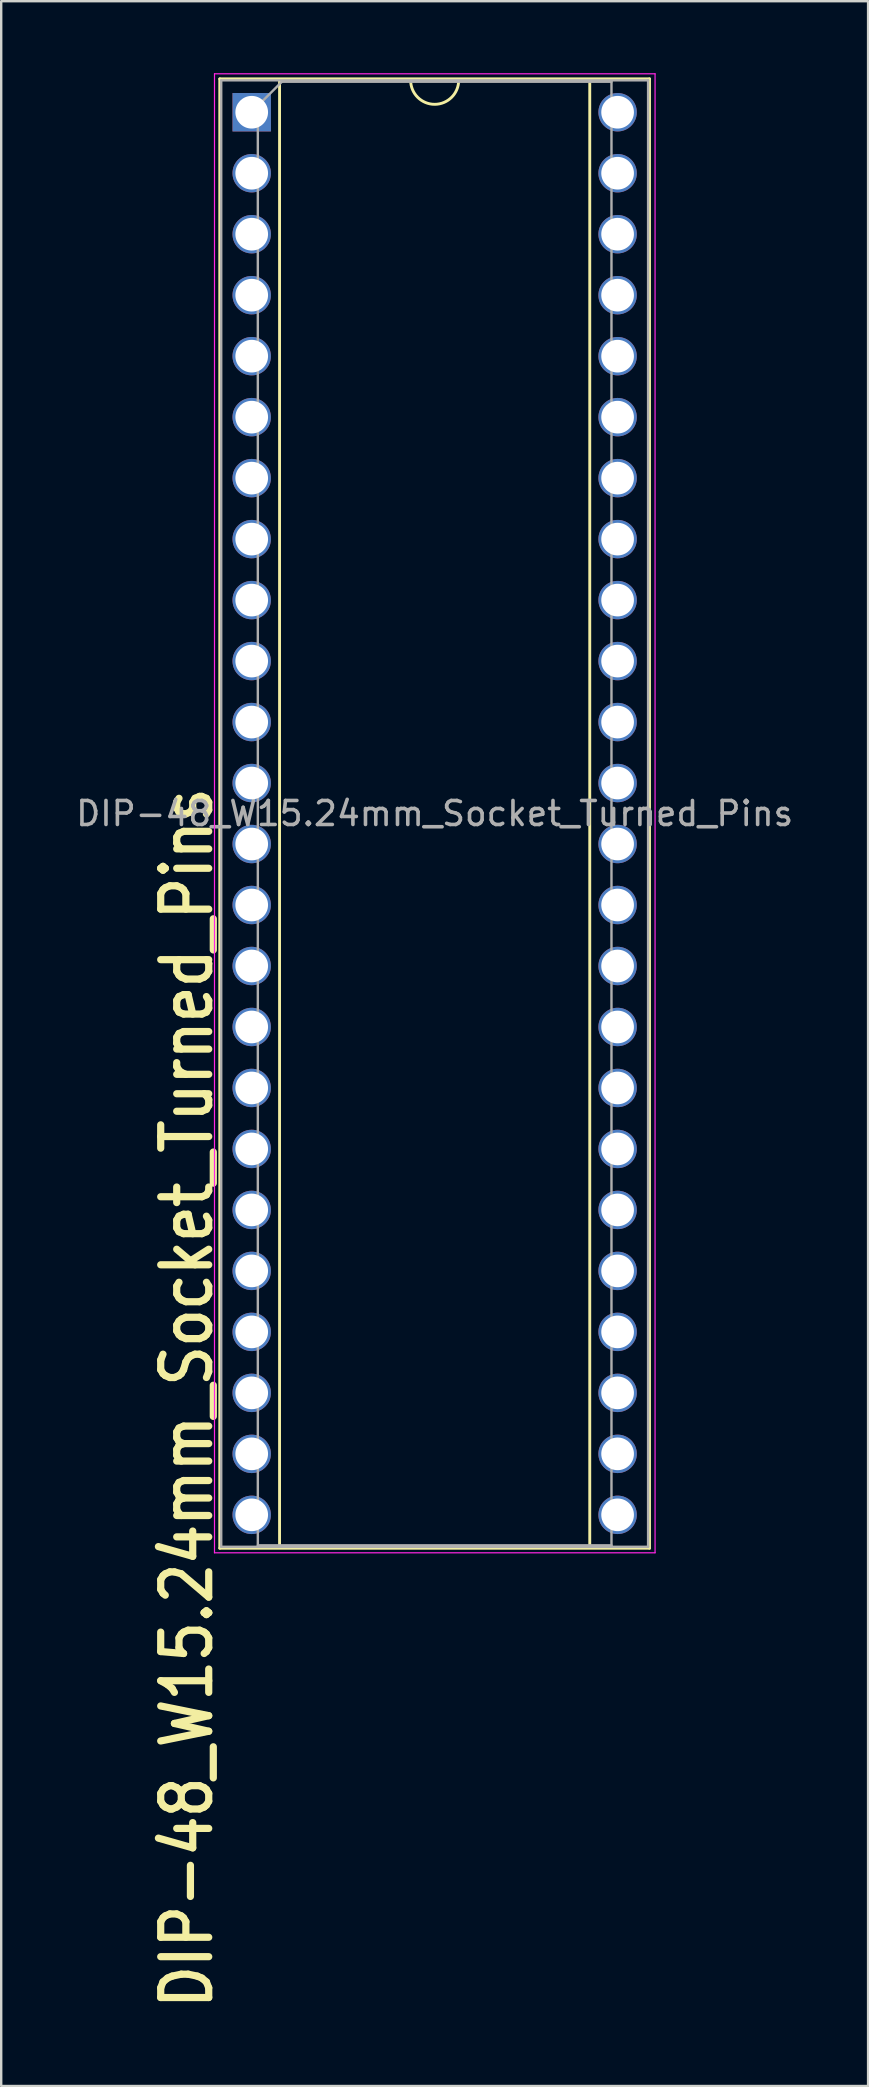
<source format=kicad_pcb>
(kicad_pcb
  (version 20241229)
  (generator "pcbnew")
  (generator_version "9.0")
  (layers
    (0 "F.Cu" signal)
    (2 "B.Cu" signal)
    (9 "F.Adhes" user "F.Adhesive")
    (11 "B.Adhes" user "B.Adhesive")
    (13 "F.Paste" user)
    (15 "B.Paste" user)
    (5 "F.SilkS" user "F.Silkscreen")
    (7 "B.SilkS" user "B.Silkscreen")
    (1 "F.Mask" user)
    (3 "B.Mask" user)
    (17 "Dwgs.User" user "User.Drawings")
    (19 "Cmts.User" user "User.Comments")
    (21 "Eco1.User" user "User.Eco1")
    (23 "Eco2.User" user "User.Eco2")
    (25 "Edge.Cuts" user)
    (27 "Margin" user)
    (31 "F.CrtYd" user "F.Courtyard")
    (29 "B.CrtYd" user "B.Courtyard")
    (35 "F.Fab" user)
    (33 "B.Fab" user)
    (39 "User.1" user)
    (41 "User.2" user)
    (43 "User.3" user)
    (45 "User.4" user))
  (footprint "DIP-48_W15.24mm_Socket_Turned_Pins"
    (layer "F.Cu")
    (at 7.434 1.625)
    (property "Reference" "DIP-48_W15.24mm_Socket_Turned_Pins" (at -2.7 53.55 270) (layer "F.SilkS") (effects (font (size 2 1.7) (thickness 0.3))))
    (attr through_hole)
    (fp_line (start -1.33 -1.39) (end -1.33 59.81) (stroke (width 0.12) (type solid)) (layer "F.SilkS"))
    (fp_line (start -1.33 59.81) (end 16.57 59.81) (stroke (width 0.12) (type solid)) (layer "F.SilkS"))
    (fp_line (start 1.16 -1.33) (end 1.16 59.75) (stroke (width 0.12) (type solid)) (layer "F.SilkS"))
    (fp_line (start 1.16 59.75) (end 14.08 59.75) (stroke (width 0.12) (type solid)) (layer "F.SilkS"))
    (fp_line (start 6.62 -1.33) (end 1.16 -1.33) (stroke (width 0.12) (type solid)) (layer "F.SilkS"))
    (fp_line (start 14.08 -1.33) (end 8.62 -1.33) (stroke (width 0.12) (type solid)) (layer "F.SilkS"))
    (fp_line (start 14.08 59.75) (end 14.08 -1.33) (stroke (width 0.12) (type solid)) (layer "F.SilkS"))
    (fp_line (start 16.57 -1.39) (end -1.33 -1.39) (stroke (width 0.12) (type solid)) (layer "F.SilkS"))
    (fp_line (start 16.57 59.81) (end 16.57 -1.39) (stroke (width 0.12) (type solid)) (layer "F.SilkS"))
    (fp_arc (start 8.62 -1.33) (mid 7.62 -0.33) (end 6.62 -1.33) (stroke (width 0.12) (type solid)) (layer "F.SilkS"))
    (fp_line (start -1.55 -1.6) (end -1.55 60) (stroke (width 0.05) (type solid)) (layer "F.CrtYd"))
    (fp_line (start -1.55 60) (end 16.8 60) (stroke (width 0.05) (type solid)) (layer "F.CrtYd"))
    (fp_line (start 16.8 -1.6) (end -1.55 -1.6) (stroke (width 0.05) (type solid)) (layer "F.CrtYd"))
    (fp_line (start 16.8 60) (end 16.8 -1.6) (stroke (width 0.05) (type solid)) (layer "F.CrtYd"))
    (fp_line (start -1.27 -1.33) (end -1.27 59.75) (stroke (width 0.1) (type solid)) (layer "F.Fab"))
    (fp_line (start -1.27 59.75) (end 16.51 59.75) (stroke (width 0.1) (type solid)) (layer "F.Fab"))
    (fp_line (start 0.255 -0.27) (end 1.255 -1.27) (stroke (width 0.1) (type solid)) (layer "F.Fab"))
    (fp_line (start 0.255 59.69) (end 0.255 -0.27) (stroke (width 0.1) (type solid)) (layer "F.Fab"))
    (fp_line (start 1.255 -1.27) (end 14.985 -1.27) (stroke (width 0.1) (type solid)) (layer "F.Fab"))
    (fp_line (start 14.985 -1.27) (end 14.985 59.69) (stroke (width 0.1) (type solid)) (layer "F.Fab"))
    (fp_line (start 14.985 59.69) (end 0.255 59.69) (stroke (width 0.1) (type solid)) (layer "F.Fab"))
    (fp_line (start 16.51 -1.33) (end -1.27 -1.33) (stroke (width 0.1) (type solid)) (layer "F.Fab"))
    (fp_line (start 16.51 59.75) (end 16.51 -1.33) (stroke (width 0.1) (type solid)) (layer "F.Fab"))
    (fp_text user "${REFERENCE}" (at 7.62 29.21 180) (layer "F.Fab") (effects (font (size 1 1) (thickness 0.15))))
    (pad "1" thru_hole rect (at 0 0) (size 1.6 1.6) (drill 1.36) (layers "*.Cu" "*.Mask"))
    (pad "2" thru_hole oval (at 0 2.54) (size 1.6 1.6) (drill 1.36) (layers "*.Cu" "*.Mask"))
    (pad "3" thru_hole oval (at 0 5.08) (size 1.6 1.6) (drill 1.36) (layers "*.Cu" "*.Mask"))
    (pad "4" thru_hole oval (at 0 7.62) (size 1.6 1.6) (drill 1.36) (layers "*.Cu" "*.Mask"))
    (pad "5" thru_hole oval (at 0 10.16) (size 1.6 1.6) (drill 1.36) (layers "*.Cu" "*.Mask"))
    (pad "6" thru_hole oval (at 0 12.7) (size 1.6 1.6) (drill 1.36) (layers "*.Cu" "*.Mask"))
    (pad "7" thru_hole oval (at 0 15.24) (size 1.6 1.6) (drill 1.36) (layers "*.Cu" "*.Mask"))
    (pad "8" thru_hole oval (at 0 17.78) (size 1.6 1.6) (drill 1.36) (layers "*.Cu" "*.Mask"))
    (pad "9" thru_hole oval (at 0 20.32) (size 1.6 1.6) (drill 1.36) (layers "*.Cu" "*.Mask"))
    (pad "10" thru_hole oval (at 0 22.86) (size 1.6 1.6) (drill 1.36) (layers "*.Cu" "*.Mask"))
    (pad "11" thru_hole oval (at 0 25.4) (size 1.6 1.6) (drill 1.36) (layers "*.Cu" "*.Mask"))
    (pad "12" thru_hole oval (at 0 27.94) (size 1.6 1.6) (drill 1.36) (layers "*.Cu" "*.Mask"))
    (pad "13" thru_hole oval (at 0 30.48) (size 1.6 1.6) (drill 1.36) (layers "*.Cu" "*.Mask"))
    (pad "14" thru_hole oval (at 0 33.02) (size 1.6 1.6) (drill 1.36) (layers "*.Cu" "*.Mask"))
    (pad "15" thru_hole oval (at 0 35.56) (size 1.6 1.6) (drill 1.36) (layers "*.Cu" "*.Mask"))
    (pad "16" thru_hole oval (at 0 38.1) (size 1.6 1.6) (drill 1.36) (layers "*.Cu" "*.Mask"))
    (pad "17" thru_hole oval (at 0 40.64) (size 1.6 1.6) (drill 1.36) (layers "*.Cu" "*.Mask"))
    (pad "18" thru_hole oval (at 0 43.18) (size 1.6 1.6) (drill 1.36) (layers "*.Cu" "*.Mask"))
    (pad "19" thru_hole oval (at 0 45.72) (size 1.6 1.6) (drill 1.36) (layers "*.Cu" "*.Mask"))
    (pad "20" thru_hole oval (at 0 48.26) (size 1.6 1.6) (drill 1.36) (layers "*.Cu" "*.Mask"))
    (pad "21" thru_hole oval (at 0 50.8) (size 1.6 1.6) (drill 1.36) (layers "*.Cu" "*.Mask"))
    (pad "22" thru_hole oval (at 0 53.34) (size 1.6 1.6) (drill 1.36) (layers "*.Cu" "*.Mask"))
    (pad "23" thru_hole oval (at 0 55.88) (size 1.6 1.6) (drill 1.36) (layers "*.Cu" "*.Mask"))
    (pad "24" thru_hole oval (at 0 58.42) (size 1.6 1.6) (drill 1.36) (layers "*.Cu" "*.Mask"))
    (pad "25" thru_hole oval (at 15.24 58.42) (size 1.6 1.6) (drill 1.36) (layers "*.Cu" "*.Mask"))
    (pad "26" thru_hole oval (at 15.24 55.88) (size 1.6 1.6) (drill 1.36) (layers "*.Cu" "*.Mask"))
    (pad "27" thru_hole oval (at 15.24 53.34) (size 1.6 1.6) (drill 1.36) (layers "*.Cu" "*.Mask"))
    (pad "28" thru_hole oval (at 15.24 50.8) (size 1.6 1.6) (drill 1.36) (layers "*.Cu" "*.Mask"))
    (pad "29" thru_hole oval (at 15.24 48.26) (size 1.6 1.6) (drill 1.36) (layers "*.Cu" "*.Mask"))
    (pad "30" thru_hole oval (at 15.24 45.72) (size 1.6 1.6) (drill 1.36) (layers "*.Cu" "*.Mask"))
    (pad "31" thru_hole oval (at 15.24 43.18) (size 1.6 1.6) (drill 1.36) (layers "*.Cu" "*.Mask"))
    (pad "32" thru_hole oval (at 15.24 40.64) (size 1.6 1.6) (drill 1.36) (layers "*.Cu" "*.Mask"))
    (pad "33" thru_hole oval (at 15.24 38.1) (size 1.6 1.6) (drill 1.36) (layers "*.Cu" "*.Mask"))
    (pad "34" thru_hole oval (at 15.24 35.56) (size 1.6 1.6) (drill 1.36) (layers "*.Cu" "*.Mask"))
    (pad "35" thru_hole oval (at 15.24 33.02) (size 1.6 1.6) (drill 1.36) (layers "*.Cu" "*.Mask"))
    (pad "36" thru_hole oval (at 15.24 30.48) (size 1.6 1.6) (drill 1.36) (layers "*.Cu" "*.Mask"))
    (pad "37" thru_hole oval (at 15.24 27.94) (size 1.6 1.6) (drill 1.36) (layers "*.Cu" "*.Mask"))
    (pad "38" thru_hole oval (at 15.24 25.4) (size 1.6 1.6) (drill 1.36) (layers "*.Cu" "*.Mask"))
    (pad "39" thru_hole oval (at 15.24 22.86) (size 1.6 1.6) (drill 1.36) (layers "*.Cu" "*.Mask"))
    (pad "40" thru_hole oval (at 15.24 20.32) (size 1.6 1.6) (drill 1.36) (layers "*.Cu" "*.Mask"))
    (pad "41" thru_hole oval (at 15.24 17.78) (size 1.6 1.6) (drill 1.36) (layers "*.Cu" "*.Mask"))
    (pad "42" thru_hole oval (at 15.24 15.24) (size 1.6 1.6) (drill 1.36) (layers "*.Cu" "*.Mask"))
    (pad "43" thru_hole oval (at 15.24 12.7) (size 1.6 1.6) (drill 1.36) (layers "*.Cu" "*.Mask"))
    (pad "44" thru_hole oval (at 15.24 10.16) (size 1.6 1.6) (drill 1.36) (layers "*.Cu" "*.Mask"))
    (pad "45" thru_hole oval (at 15.24 7.62) (size 1.6 1.6) (drill 1.36) (layers "*.Cu" "*.Mask"))
    (pad "46" thru_hole oval (at 15.24 5.08) (size 1.6 1.6) (drill 1.36) (layers "*.Cu" "*.Mask"))
    (pad "47" thru_hole oval (at 15.24 2.54) (size 1.6 1.6) (drill 1.36) (layers "*.Cu" "*.Mask"))
    (pad "48" thru_hole oval (at 15.24 0) (size 1.6 1.6) (drill 1.36) (layers "*.Cu" "*.Mask")))
  (gr_rect
    (start -3 -3)
    (end 33.107 83.834)
    (stroke (width 0.1) (type default))
    (fill no)
    (layer "Edge.Cuts")))
</source>
